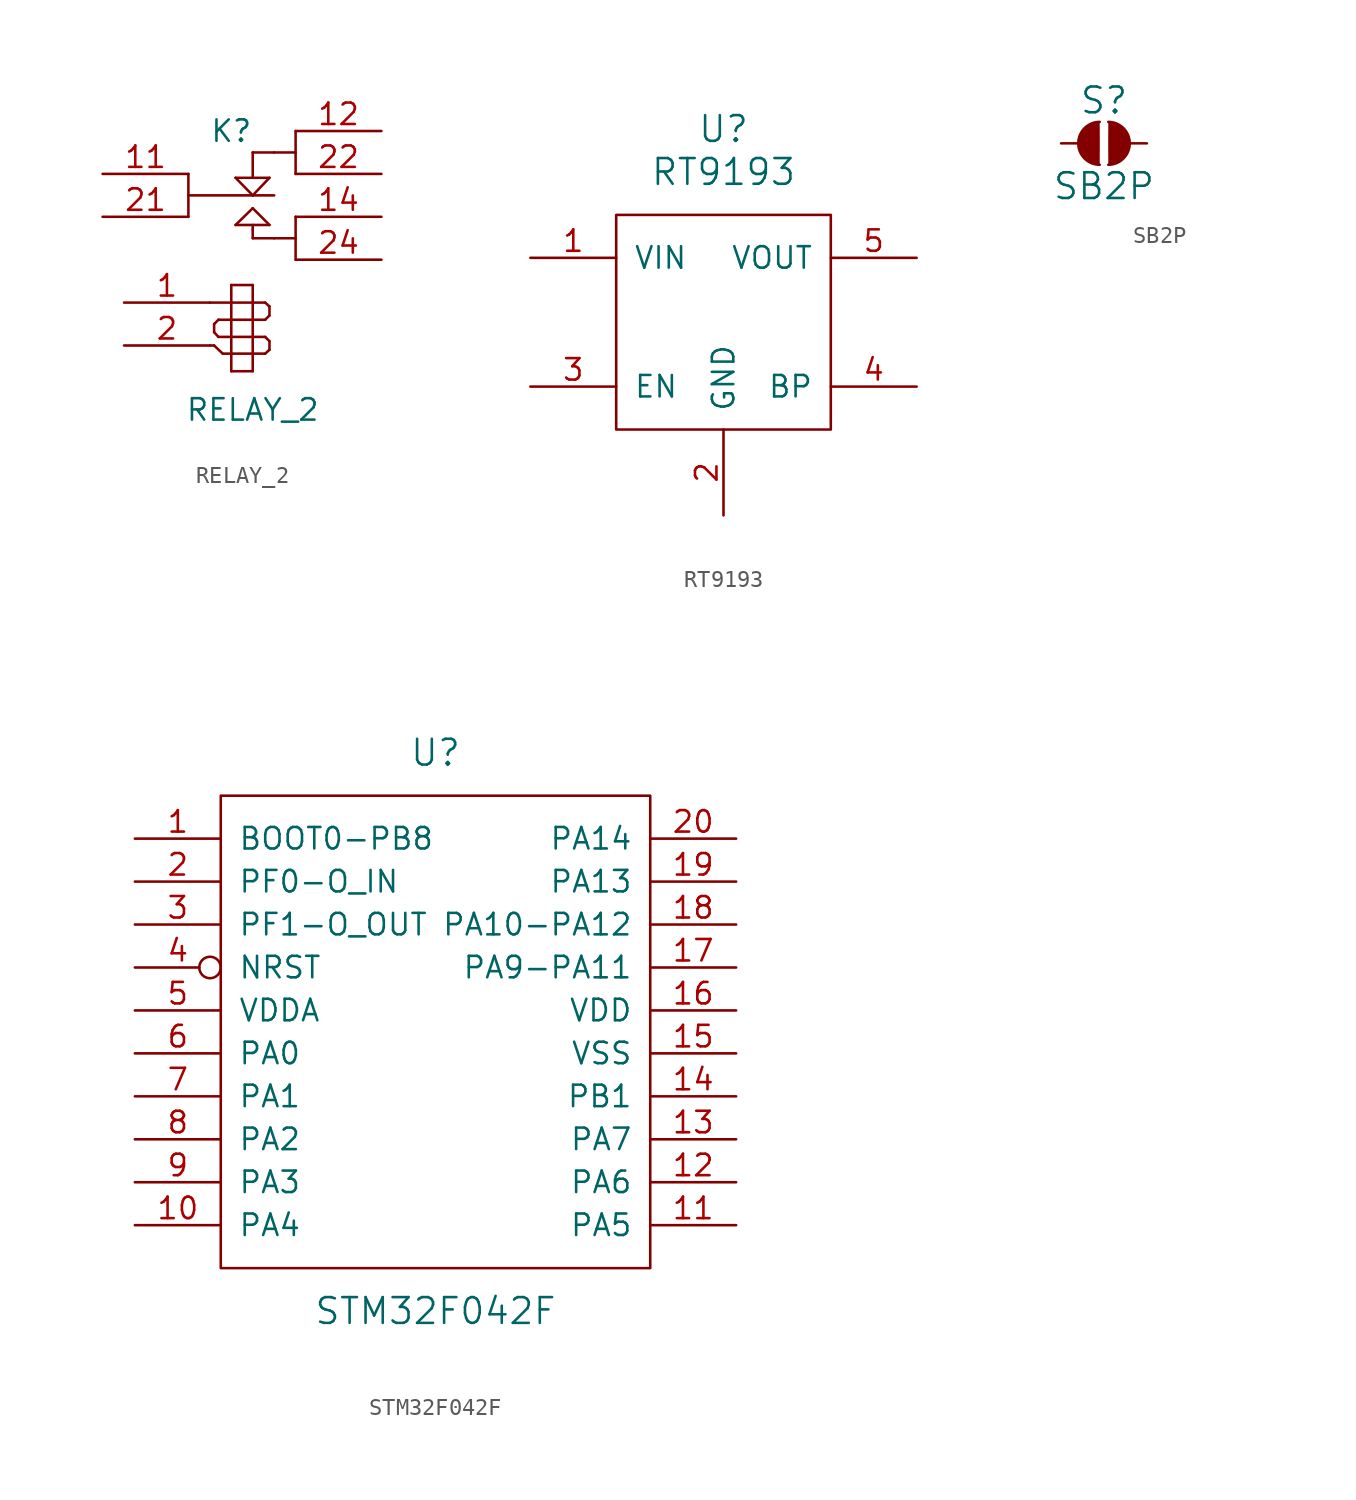
<source format=kicad_sym>
(kicad_symbol_lib
  (version 20211014)
  (generator kicad_symbol_editor)
  (symbol "Drake:RELAY_2"
    (pin_names
      (offset 1.016) hide)
    (property "Reference" "K"
      (at -1.27 3.81 0)
      (effects (font (size 1.27 1.27))))
    (property "Value" "RELAY_2"
      (at 0 -12.7 0)
      (effects (font (size 1.27 1.27))))
    (property "Footprint" ""
      (at -1.27 1.27 0)
      (effects (font (size 1.27 1.27))))
    (property "Datasheet" ""
      (at -1.27 1.27 0)
      (effects (font (size 1.27 1.27))))
    (symbol "RELAY_2_0_1"
      (polyline (pts (xy -3.81 0) (xy 0 0)) (stroke (width 0) (type default) (color 0 0 0 0)) (fill (type none)))
      (polyline (pts (xy -3.81 1.27) (xy -3.81 -1.27)) (stroke (width 0) (type default) (color 0 0 0 0)) (fill (type none)))
      (polyline (pts (xy -2.54 -8.89) (xy -2.286 -8.89)) (stroke (width 0) (type default) (color 0 0 0 0)) (fill (type none)))
      (polyline (pts (xy -2.54 -6.35) (xy -1.27 -6.35)) (stroke (width 0) (type default) (color 0 0 0 0)) (fill (type none)))
      (polyline (pts (xy -2.286 -8.89) (xy -1.778 -9.373)) (stroke (width 0) (type default) (color 0 0 0 0)) (fill (type none)))
      (polyline (pts (xy -2.286 -8.103) (xy -2.286 -7.62)) (stroke (width 0) (type default) (color 0 0 0 0)) (fill (type none)))
      (polyline (pts (xy -2.032 -8.382) (xy -2.286 -8.103)) (stroke (width 0) (type default) (color 0 0 0 0)) (fill (type none)))
      (polyline (pts (xy -2.032 -7.366) (xy -2.286 -7.62)) (stroke (width 0) (type default) (color 0 0 0 0)) (fill (type none)))
      (polyline (pts (xy -1.778 -9.373) (xy -1.27 -9.373)) (stroke (width 0) (type default) (color 0 0 0 0)) (fill (type none)))
      (polyline (pts (xy -1.27 -10.414) (xy -1.27 -5.309)) (stroke (width 0) (type default) (color 0 0 0 0)) (fill (type none)))
      (polyline (pts (xy -1.27 -8.382) (xy -2.032 -8.382)) (stroke (width 0) (type default) (color 0 0 0 0)) (fill (type none)))
      (polyline (pts (xy -1.27 -8.382) (xy 0 -8.382)) (stroke (width 0) (type default) (color 0 0 0 0)) (fill (type none)))
      (polyline (pts (xy -1.27 -7.366) (xy -2.032 -7.366)) (stroke (width 0) (type default) (color 0 0 0 0)) (fill (type none)))
      (polyline (pts (xy -1.27 -6.35) (xy 0 -6.35)) (stroke (width 0) (type default) (color 0 0 0 0)) (fill (type none)))
      (polyline (pts (xy -1.27 -5.309) (xy 0 -5.309)) (stroke (width 0) (type default) (color 0 0 0 0)) (fill (type none)))
      (polyline (pts (xy -1.016 -1.753) (xy 0.991 -1.753)) (stroke (width 0) (type default) (color 0 0 0 0)) (fill (type none)))
      (polyline (pts (xy -1.016 1.041) (xy 0.991 1.041)) (stroke (width 0) (type default) (color 0 0 0 0)) (fill (type none)))
      (polyline (pts (xy 0 -10.414) (xy -1.27 -10.414)) (stroke (width 0) (type default) (color 0 0 0 0)) (fill (type none)))
      (polyline (pts (xy 0 -9.373) (xy -1.27 -9.373)) (stroke (width 0) (type default) (color 0 0 0 0)) (fill (type none)))
      (polyline (pts (xy 0 -9.373) (xy 0.737 -9.373)) (stroke (width 0) (type default) (color 0 0 0 0)) (fill (type none)))
      (polyline (pts (xy 0 -8.382) (xy 0.737 -8.382)) (stroke (width 0) (type default) (color 0 0 0 0)) (fill (type none)))
      (polyline (pts (xy 0 -7.366) (xy -1.27 -7.366)) (stroke (width 0) (type default) (color 0 0 0 0)) (fill (type none)))
      (polyline (pts (xy 0 -7.366) (xy 0.737 -7.366)) (stroke (width 0) (type default) (color 0 0 0 0)) (fill (type none)))
      (polyline (pts (xy 0 -6.35) (xy 0.737 -6.35)) (stroke (width 0) (type default) (color 0 0 0 0)) (fill (type none)))
      (polyline (pts (xy 0 -5.309) (xy 0 -10.414)) (stroke (width 0) (type default) (color 0 0 0 0)) (fill (type none)))
      (polyline (pts (xy 0 -2.54) (xy 0 -2.032)) (stroke (width 0) (type default) (color 0 0 0 0)) (fill (type none)))
      (polyline (pts (xy 0 -2.032) (xy 0 -1.753)) (stroke (width 0) (type default) (color 0 0 0 0)) (fill (type none)))
      (polyline (pts (xy 0 -0.762) (xy -1.016 -1.753)) (stroke (width 0) (type default) (color 0 0 0 0)) (fill (type none)))
      (polyline (pts (xy 0 0) (xy -1.016 1.041)) (stroke (width 0) (type default) (color 0 0 0 0)) (fill (type none)))
      (polyline (pts (xy 0 0) (xy 1.27 0)) (stroke (width 0) (type default) (color 0 0 0 0)) (fill (type none)))
      (polyline (pts (xy 0 2.54) (xy 0 1.041)) (stroke (width 0) (type default) (color 0 0 0 0)) (fill (type none)))
      (polyline (pts (xy 0 2.54) (xy 1.27 2.54)) (stroke (width 0) (type default) (color 0 0 0 0)) (fill (type none)))
      (polyline (pts (xy 0.737 -9.373) (xy 0.991 -9.144)) (stroke (width 0) (type default) (color 0 0 0 0)) (fill (type none)))
      (polyline (pts (xy 0.737 -8.382) (xy 0.991 -8.636)) (stroke (width 0) (type default) (color 0 0 0 0)) (fill (type none)))
      (polyline (pts (xy 0.737 -7.366) (xy 0.991 -7.112)) (stroke (width 0) (type default) (color 0 0 0 0)) (fill (type none)))
      (polyline (pts (xy 0.737 -6.35) (xy 0.991 -6.579)) (stroke (width 0) (type default) (color 0 0 0 0)) (fill (type none)))
      (polyline (pts (xy 0.991 -9.144) (xy 0.991 -8.636)) (stroke (width 0) (type default) (color 0 0 0 0)) (fill (type none)))
      (polyline (pts (xy 0.991 -6.579) (xy 0.991 -7.112)) (stroke (width 0) (type default) (color 0 0 0 0)) (fill (type none)))
      (polyline (pts (xy 0.991 -1.753) (xy 0 -0.762)) (stroke (width 0) (type default) (color 0 0 0 0)) (fill (type none)))
      (polyline (pts (xy 0.991 1.041) (xy 0 0)) (stroke (width 0) (type default) (color 0 0 0 0)) (fill (type none)))
      (polyline (pts (xy 1.27 -2.54) (xy 0 -2.54)) (stroke (width 0) (type default) (color 0 0 0 0)) (fill (type none)))
      (polyline (pts (xy 1.27 -2.54) (xy 2.54 -2.54)) (stroke (width 0) (type default) (color 0 0 0 0)) (fill (type none)))
      (polyline (pts (xy 1.27 2.54) (xy 2.54 2.54)) (stroke (width 0) (type default) (color 0 0 0 0)) (fill (type none)))
      (polyline (pts (xy 2.54 -1.27) (xy 2.54 -3.81)) (stroke (width 0) (type default) (color 0 0 0 0)) (fill (type none)))
      (polyline (pts (xy 2.54 3.81) (xy 2.54 1.27)) (stroke (width 0) (type default) (color 0 0 0 0)) (fill (type none))))
    (symbol "RELAY_2_1_1"
      (pin input line (at -7.62 -6.35 0) (length 5.08) (name "A1" (effects (font (size 1.27 1.27)))) (number "1" (effects (font (size 1.27 1.27)))))
      (pin passive line (at -8.89 1.27 0) (length 5.08) (name "11" (effects (font (size 1.27 1.27)))) (number "11" (effects (font (size 1.27 1.27)))))
      (pin passive line (at 7.62 3.81 180) (length 5.08) (name "12" (effects (font (size 1.27 1.27)))) (number "12" (effects (font (size 1.27 1.27)))))
      (pin passive line (at 7.62 -1.27 180) (length 5.08) (name "14" (effects (font (size 1.27 1.27)))) (number "14" (effects (font (size 1.27 1.27)))))
      (pin input line (at -7.62 -8.89 0) (length 5.08) (name "A2" (effects (font (size 1.27 1.27)))) (number "2" (effects (font (size 1.27 1.27)))))
      (pin input line (at -8.89 -1.27 0) (length 5.08) (name "21" (effects (font (size 1.27 1.27)))) (number "21" (effects (font (size 1.27 1.27)))))
      (pin input line (at 7.62 1.27 180) (length 5.08) (name "22" (effects (font (size 1.27 1.27)))) (number "22" (effects (font (size 1.27 1.27)))))
      (pin input line (at 7.62 -3.81 180) (length 5.08) (name "24" (effects (font (size 1.27 1.27)))) (number "24" (effects (font (size 1.27 1.27)))))))
  (symbol "Drake:RT9193"
    (pin_names
      (offset 1.016))
    (property "Reference" "U"
      (at 0 11.43 0)
      (effects (font (size 1.524 1.524))))
    (property "Value" "RT9193"
      (at 0 8.89 0)
      (effects (font (size 1.524 1.524))))
    (symbol "RT9193_0_1"
      (rectangle (start -6.35 6.35) (end 6.35 -6.35) (stroke (width 0) (type default) (color 0 0 0 0)) (fill (type none))))
    (symbol "RT9193_1_1"
      (pin input line (at -11.43 3.81 0) (length 5.08) (name "VIN" (effects (font (size 1.27 1.27)))) (number "1" (effects (font (size 1.27 1.27)))))
      (pin input line (at 0 -11.43 90) (length 5.08) (name "GND" (effects (font (size 1.27 1.27)))) (number "2" (effects (font (size 1.27 1.27)))))
      (pin input line (at -11.43 -3.81 0) (length 5.08) (name "EN" (effects (font (size 1.27 1.27)))) (number "3" (effects (font (size 1.27 1.27)))))
      (pin input line (at 11.43 -3.81 180) (length 5.08) (name "BP" (effects (font (size 1.27 1.27)))) (number "4" (effects (font (size 1.27 1.27)))))
      (pin input line (at 11.43 3.81 180) (length 5.08) (name "VOUT" (effects (font (size 1.27 1.27)))) (number "5" (effects (font (size 1.27 1.27)))))))
  (symbol "Drake:SB2P"
    (pin_names
      (offset 1.016))
    (property "Reference" "S"
      (at 0 2.54 0)
      (effects (font (size 1.524 1.524))))
    (property "Value" "SB2P"
      (at 0 -2.54 0)
      (effects (font (size 1.524 1.524))))
    (property "Footprint" ""
      (at 9.398 2.286 0)
      (effects (font (size 1.524 1.524))))
    (property "Datasheet" ""
      (at 9.398 2.286 0)
      (effects (font (size 1.524 1.524))))
    (symbol "SB2P_0_1"
      (arc (start -0.254 1.27) (mid -1.524 0) (end -0.254 -1.27) (stroke (width 0) (type default) (color 0 0 0 0)) (fill (type outline)))
      (arc (start 0.254 -1.27) (mid 1.524 0) (end 0.254 1.27) (stroke (width 0) (type default) (color 0 0 0 0)) (fill (type outline))))
    (symbol "SB2P_1_1"
      (pin bidirectional line (at -2.54 0 0) (length 1.778) (name "~" (effects (font (size 1.27 1.27)))) (number "1" (effects (font (size 0 0)))))
      (pin bidirectional line (at 2.54 0 180) (length 1.778) (name "~" (effects (font (size 1.27 1.27)))) (number "2" (effects (font (size 0 0)))))))
  (symbol "Drake:STM32F042F"
    (pin_names
      (offset 1.016))
    (property "Reference" "U"
      (at 0 16.51 0)
      (effects (font (size 1.524 1.524))))
    (property "Value" "STM32F042F"
      (at 0 -16.51 0)
      (effects (font (size 1.524 1.524))))
    (property "Footprint" ""
      (at 0 -2.54 0)
      (effects (font (size 1.524 1.524))))
    (property "Datasheet" ""
      (at 0 -2.54 0)
      (effects (font (size 1.524 1.524))))
    (symbol "STM32F042F_0_1"
      (rectangle (start -12.7 13.97) (end 12.7 -13.97) (stroke (width 0) (type default) (color 0 0 0 0)) (fill (type none))))
    (symbol "STM32F042F_1_1"
      (pin bidirectional line (at -17.78 11.43 0) (length 5.08) (name "BOOT0-PB8" (effects (font (size 1.27 1.27)))) (number "1" (effects (font (size 1.27 1.27)))))
      (pin bidirectional line (at -17.78 -11.43 0) (length 5.08) (name "PA4" (effects (font (size 1.27 1.27)))) (number "10" (effects (font (size 1.27 1.27)))))
      (pin bidirectional line (at 17.78 -11.43 180) (length 5.08) (name "PA5" (effects (font (size 1.27 1.27)))) (number "11" (effects (font (size 1.27 1.27)))))
      (pin bidirectional line (at 17.78 -8.89 180) (length 5.08) (name "PA6" (effects (font (size 1.27 1.27)))) (number "12" (effects (font (size 1.27 1.27)))))
      (pin bidirectional line (at 17.78 -6.35 180) (length 5.08) (name "PA7" (effects (font (size 1.27 1.27)))) (number "13" (effects (font (size 1.27 1.27)))))
      (pin bidirectional line (at 17.78 -3.81 180) (length 5.08) (name "PB1" (effects (font (size 1.27 1.27)))) (number "14" (effects (font (size 1.27 1.27)))))
      (pin power_in line (at 17.78 -1.27 180) (length 5.08) (name "VSS" (effects (font (size 1.27 1.27)))) (number "15" (effects (font (size 1.27 1.27)))))
      (pin power_in line (at 17.78 1.27 180) (length 5.08) (name "VDD" (effects (font (size 1.27 1.27)))) (number "16" (effects (font (size 1.27 1.27)))))
      (pin bidirectional line (at 17.78 3.81 180) (length 5.08) (name "PA9-PA11" (effects (font (size 1.27 1.27)))) (number "17" (effects (font (size 1.27 1.27)))))
      (pin bidirectional line (at 17.78 6.35 180) (length 5.08) (name "PA10-PA12" (effects (font (size 1.27 1.27)))) (number "18" (effects (font (size 1.27 1.27)))))
      (pin bidirectional line (at 17.78 8.89 180) (length 5.08) (name "PA13" (effects (font (size 1.27 1.27)))) (number "19" (effects (font (size 1.27 1.27)))))
      (pin bidirectional line (at -17.78 8.89 0) (length 5.08) (name "PF0-O_IN" (effects (font (size 1.27 1.27)))) (number "2" (effects (font (size 1.27 1.27)))))
      (pin bidirectional line (at 17.78 11.43 180) (length 5.08) (name "PA14" (effects (font (size 1.27 1.27)))) (number "20" (effects (font (size 1.27 1.27)))))
      (pin bidirectional line (at -17.78 6.35 0) (length 5.08) (name "PF1-O_OUT" (effects (font (size 1.27 1.27)))) (number "3" (effects (font (size 1.27 1.27)))))
      (pin bidirectional inverted (at -17.78 3.81 0) (length 5.08) (name "NRST" (effects (font (size 1.27 1.27)))) (number "4" (effects (font (size 1.27 1.27)))))
      (pin power_in line (at -17.78 1.27 0) (length 5.08) (name "VDDA" (effects (font (size 1.27 1.27)))) (number "5" (effects (font (size 1.27 1.27)))))
      (pin bidirectional line (at -17.78 -1.27 0) (length 5.08) (name "PA0" (effects (font (size 1.27 1.27)))) (number "6" (effects (font (size 1.27 1.27)))))
      (pin bidirectional line (at -17.78 -3.81 0) (length 5.08) (name "PA1" (effects (font (size 1.27 1.27)))) (number "7" (effects (font (size 1.27 1.27)))))
      (pin bidirectional line (at -17.78 -6.35 0) (length 5.08) (name "PA2" (effects (font (size 1.27 1.27)))) (number "8" (effects (font (size 1.27 1.27)))))
      (pin bidirectional line (at -17.78 -8.89 0) (length 5.08) (name "PA3" (effects (font (size 1.27 1.27)))) (number "9" (effects (font (size 1.27 1.27))))))))
</source>
